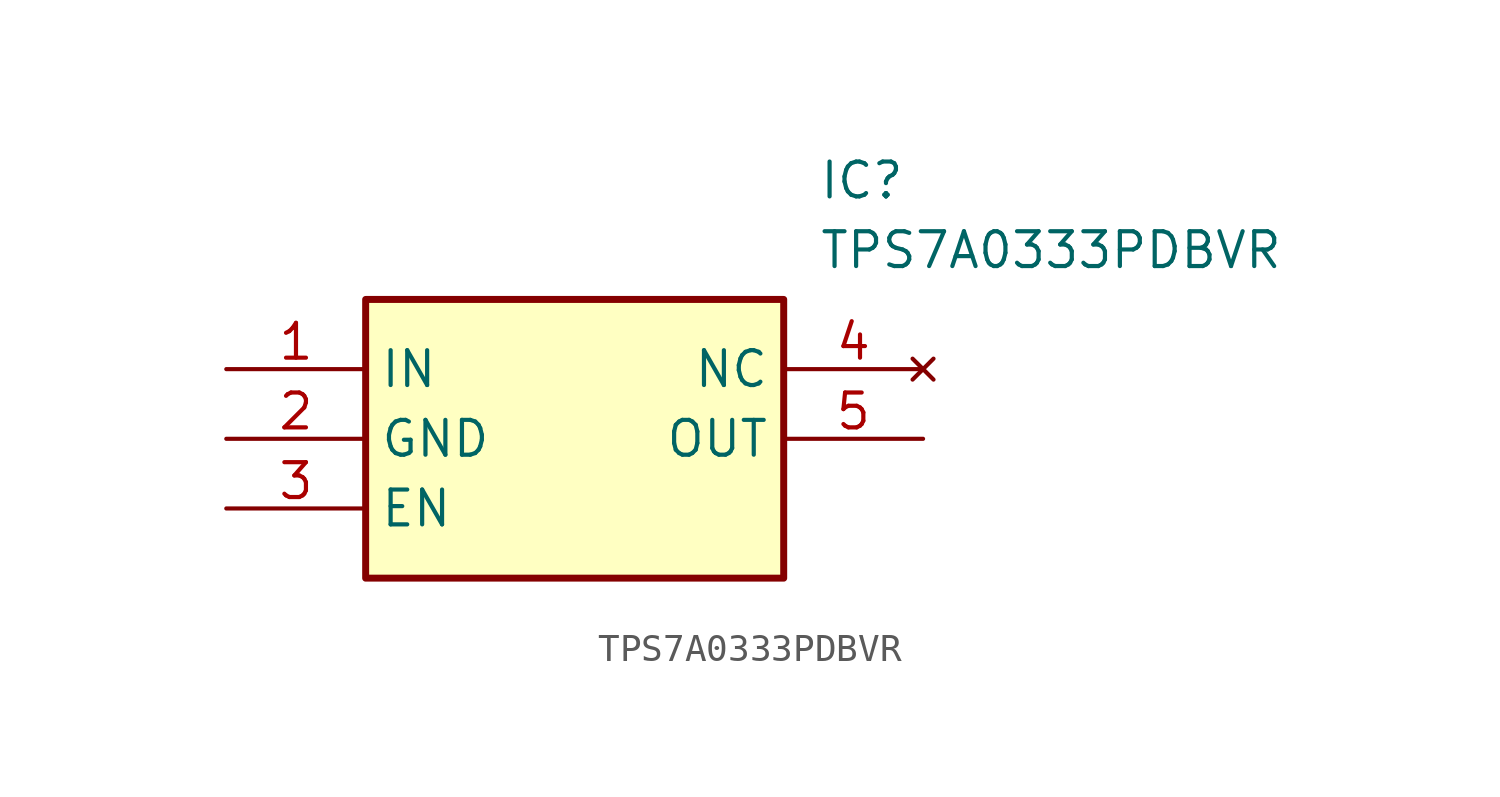
<source format=kicad_sym>
(kicad_symbol_lib
  (version 20220914)
  (generator kicad_symbol_editor)
  (symbol "TPS7A0333PDBVR"
    (property "Reference" "IC"
      (at 21.59 7.62 0)
      (effects (font (size 1.27 1.27)) (justify left top)))
    (property "Value" "TPS7A0333PDBVR"
      (at 21.59 5.08 0)
      (effects (font (size 1.27 1.27)) (justify left top)))
    (symbol "TPS7A0333PDBVR_1_1"
      (rectangle (start 5.08 2.54) (end 20.32 -7.62) (stroke (width 0.254) (type default)) (fill (type background)))
      (pin passive line (at 0 0 0) (length 5.08) (name "IN" (effects (font (size 1.27 1.27)))) (number "1" (effects (font (size 1.27 1.27)))))
      (pin passive line (at 0 -2.54 0) (length 5.08) (name "GND" (effects (font (size 1.27 1.27)))) (number "2" (effects (font (size 1.27 1.27)))))
      (pin passive line (at 0 -5.08 0) (length 5.08) (name "EN" (effects (font (size 1.27 1.27)))) (number "3" (effects (font (size 1.27 1.27)))))
      (pin no_connect line (at 25.4 0 180) (length 5.08) (name "NC" (effects (font (size 1.27 1.27)))) (number "4" (effects (font (size 1.27 1.27)))))
      (pin passive line (at 25.4 -2.54 180) (length 5.08) (name "OUT" (effects (font (size 1.27 1.27)))) (number "5" (effects (font (size 1.27 1.27))))))))
</source>
